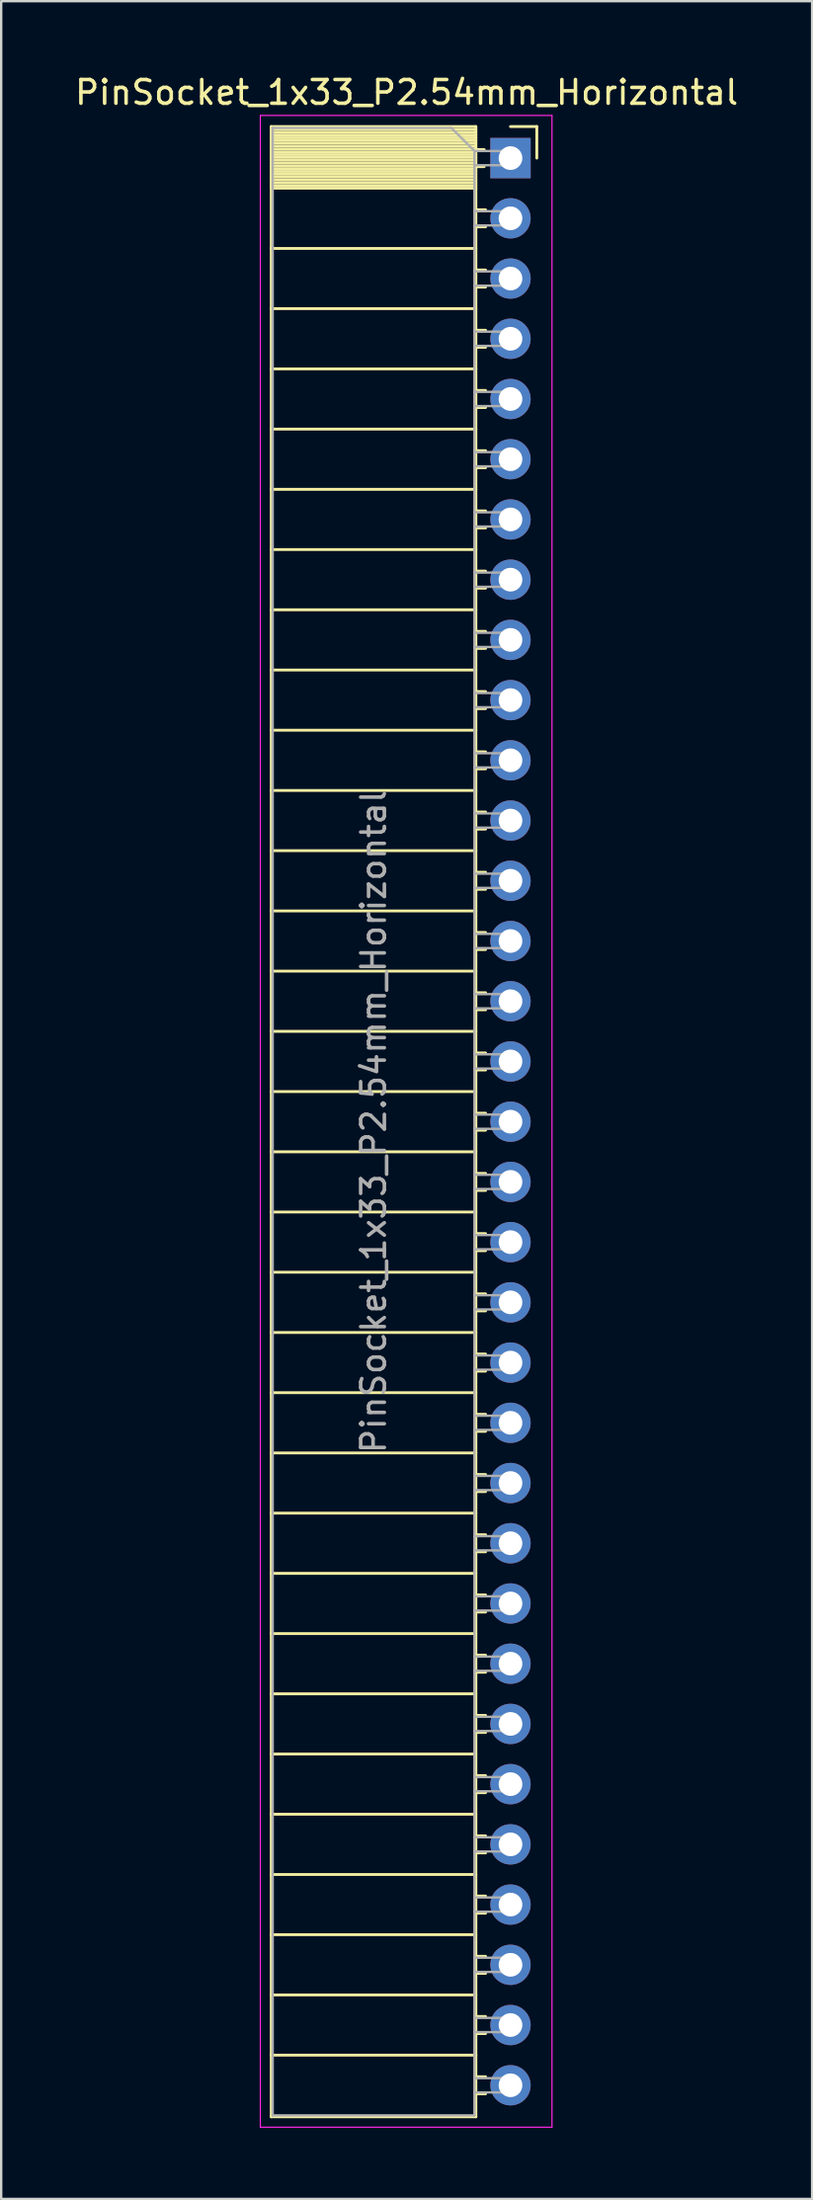
<source format=kicad_pcb>
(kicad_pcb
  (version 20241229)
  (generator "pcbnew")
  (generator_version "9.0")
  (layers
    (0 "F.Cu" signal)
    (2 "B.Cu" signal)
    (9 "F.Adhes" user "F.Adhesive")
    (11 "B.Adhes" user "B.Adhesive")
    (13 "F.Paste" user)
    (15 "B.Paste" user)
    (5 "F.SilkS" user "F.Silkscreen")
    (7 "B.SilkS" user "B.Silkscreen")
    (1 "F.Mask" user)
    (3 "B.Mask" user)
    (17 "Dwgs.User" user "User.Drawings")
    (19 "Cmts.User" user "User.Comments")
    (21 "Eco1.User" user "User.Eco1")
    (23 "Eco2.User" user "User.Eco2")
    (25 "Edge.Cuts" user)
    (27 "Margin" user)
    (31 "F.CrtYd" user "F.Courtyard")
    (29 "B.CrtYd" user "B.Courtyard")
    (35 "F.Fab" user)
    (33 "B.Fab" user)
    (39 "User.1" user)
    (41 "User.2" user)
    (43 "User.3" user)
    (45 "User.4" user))
  (footprint "PinSocket_1x33_P2.54mm_Horizontal"
    (layer "F.Cu")
    (at 18.481 3.618)
    (property "Reference" "PinSocket_1x33_P2.54mm_Horizontal" (at -4.38 -2.77 0) (layer "F.SilkS") (effects (font (size 1 1) (thickness 0.15))))
    (attr through_hole)
    (fp_line (start -10.09 -1.33) (end -10.09 82.61) (stroke (width 0.12) (type solid)) (layer "F.SilkS"))
    (fp_line (start -10.09 -1.33) (end -1.46 -1.33) (stroke (width 0.12) (type solid)) (layer "F.SilkS"))
    (fp_line (start -10.09 -1.21) (end -1.46 -1.21) (stroke (width 0.12) (type solid)) (layer "F.SilkS"))
    (fp_line (start -10.09 -1.092) (end -1.46 -1.092) (stroke (width 0.12) (type solid)) (layer "F.SilkS"))
    (fp_line (start -10.09 -0.974) (end -1.46 -0.974) (stroke (width 0.12) (type solid)) (layer "F.SilkS"))
    (fp_line (start -10.09 -0.856) (end -1.46 -0.856) (stroke (width 0.12) (type solid)) (layer "F.SilkS"))
    (fp_line (start -10.09 -0.738) (end -1.46 -0.738) (stroke (width 0.12) (type solid)) (layer "F.SilkS"))
    (fp_line (start -10.09 -0.62) (end -1.46 -0.62) (stroke (width 0.12) (type solid)) (layer "F.SilkS"))
    (fp_line (start -10.09 -0.501) (end -1.46 -0.501) (stroke (width 0.12) (type solid)) (layer "F.SilkS"))
    (fp_line (start -10.09 -0.383) (end -1.46 -0.383) (stroke (width 0.12) (type solid)) (layer "F.SilkS"))
    (fp_line (start -10.09 -0.265) (end -1.46 -0.265) (stroke (width 0.12) (type solid)) (layer "F.SilkS"))
    (fp_line (start -10.09 -0.147) (end -1.46 -0.147) (stroke (width 0.12) (type solid)) (layer "F.SilkS"))
    (fp_line (start -10.09 -0.029) (end -1.46 -0.029) (stroke (width 0.12) (type solid)) (layer "F.SilkS"))
    (fp_line (start -10.09 0.089) (end -1.46 0.089) (stroke (width 0.12) (type solid)) (layer "F.SilkS"))
    (fp_line (start -10.09 0.207) (end -1.46 0.207) (stroke (width 0.12) (type solid)) (layer "F.SilkS"))
    (fp_line (start -10.09 0.325) (end -1.46 0.325) (stroke (width 0.12) (type solid)) (layer "F.SilkS"))
    (fp_line (start -10.09 0.443) (end -1.46 0.443) (stroke (width 0.12) (type solid)) (layer "F.SilkS"))
    (fp_line (start -10.09 0.561) (end -1.46 0.561) (stroke (width 0.12) (type solid)) (layer "F.SilkS"))
    (fp_line (start -10.09 0.68) (end -1.46 0.68) (stroke (width 0.12) (type solid)) (layer "F.SilkS"))
    (fp_line (start -10.09 0.798) (end -1.46 0.798) (stroke (width 0.12) (type solid)) (layer "F.SilkS"))
    (fp_line (start -10.09 0.916) (end -1.46 0.916) (stroke (width 0.12) (type solid)) (layer "F.SilkS"))
    (fp_line (start -10.09 1.034) (end -1.46 1.034) (stroke (width 0.12) (type solid)) (layer "F.SilkS"))
    (fp_line (start -10.09 1.152) (end -1.46 1.152) (stroke (width 0.12) (type solid)) (layer "F.SilkS"))
    (fp_line (start -10.09 1.27) (end -1.46 1.27) (stroke (width 0.12) (type solid)) (layer "F.SilkS"))
    (fp_line (start -10.09 3.81) (end -1.46 3.81) (stroke (width 0.12) (type solid)) (layer "F.SilkS"))
    (fp_line (start -10.09 6.35) (end -1.46 6.35) (stroke (width 0.12) (type solid)) (layer "F.SilkS"))
    (fp_line (start -10.09 8.89) (end -1.46 8.89) (stroke (width 0.12) (type solid)) (layer "F.SilkS"))
    (fp_line (start -10.09 11.43) (end -1.46 11.43) (stroke (width 0.12) (type solid)) (layer "F.SilkS"))
    (fp_line (start -10.09 13.97) (end -1.46 13.97) (stroke (width 0.12) (type solid)) (layer "F.SilkS"))
    (fp_line (start -10.09 16.51) (end -1.46 16.51) (stroke (width 0.12) (type solid)) (layer "F.SilkS"))
    (fp_line (start -10.09 19.05) (end -1.46 19.05) (stroke (width 0.12) (type solid)) (layer "F.SilkS"))
    (fp_line (start -10.09 21.59) (end -1.46 21.59) (stroke (width 0.12) (type solid)) (layer "F.SilkS"))
    (fp_line (start -10.09 24.13) (end -1.46 24.13) (stroke (width 0.12) (type solid)) (layer "F.SilkS"))
    (fp_line (start -10.09 26.67) (end -1.46 26.67) (stroke (width 0.12) (type solid)) (layer "F.SilkS"))
    (fp_line (start -10.09 29.21) (end -1.46 29.21) (stroke (width 0.12) (type solid)) (layer "F.SilkS"))
    (fp_line (start -10.09 31.75) (end -1.46 31.75) (stroke (width 0.12) (type solid)) (layer "F.SilkS"))
    (fp_line (start -10.09 34.29) (end -1.46 34.29) (stroke (width 0.12) (type solid)) (layer "F.SilkS"))
    (fp_line (start -10.09 36.83) (end -1.46 36.83) (stroke (width 0.12) (type solid)) (layer "F.SilkS"))
    (fp_line (start -10.09 39.37) (end -1.46 39.37) (stroke (width 0.12) (type solid)) (layer "F.SilkS"))
    (fp_line (start -10.09 41.91) (end -1.46 41.91) (stroke (width 0.12) (type solid)) (layer "F.SilkS"))
    (fp_line (start -10.09 44.45) (end -1.46 44.45) (stroke (width 0.12) (type solid)) (layer "F.SilkS"))
    (fp_line (start -10.09 46.99) (end -1.46 46.99) (stroke (width 0.12) (type solid)) (layer "F.SilkS"))
    (fp_line (start -10.09 49.53) (end -1.46 49.53) (stroke (width 0.12) (type solid)) (layer "F.SilkS"))
    (fp_line (start -10.09 52.07) (end -1.46 52.07) (stroke (width 0.12) (type solid)) (layer "F.SilkS"))
    (fp_line (start -10.09 54.61) (end -1.46 54.61) (stroke (width 0.12) (type solid)) (layer "F.SilkS"))
    (fp_line (start -10.09 57.15) (end -1.46 57.15) (stroke (width 0.12) (type solid)) (layer "F.SilkS"))
    (fp_line (start -10.09 59.69) (end -1.46 59.69) (stroke (width 0.12) (type solid)) (layer "F.SilkS"))
    (fp_line (start -10.09 62.23) (end -1.46 62.23) (stroke (width 0.12) (type solid)) (layer "F.SilkS"))
    (fp_line (start -10.09 64.77) (end -1.46 64.77) (stroke (width 0.12) (type solid)) (layer "F.SilkS"))
    (fp_line (start -10.09 67.31) (end -1.46 67.31) (stroke (width 0.12) (type solid)) (layer "F.SilkS"))
    (fp_line (start -10.09 69.85) (end -1.46 69.85) (stroke (width 0.12) (type solid)) (layer "F.SilkS"))
    (fp_line (start -10.09 72.39) (end -1.46 72.39) (stroke (width 0.12) (type solid)) (layer "F.SilkS"))
    (fp_line (start -10.09 74.93) (end -1.46 74.93) (stroke (width 0.12) (type solid)) (layer "F.SilkS"))
    (fp_line (start -10.09 77.47) (end -1.46 77.47) (stroke (width 0.12) (type solid)) (layer "F.SilkS"))
    (fp_line (start -10.09 80.01) (end -1.46 80.01) (stroke (width 0.12) (type solid)) (layer "F.SilkS"))
    (fp_line (start -10.09 82.61) (end -1.46 82.61) (stroke (width 0.12) (type solid)) (layer "F.SilkS"))
    (fp_line (start -1.46 -1.33) (end -1.46 82.61) (stroke (width 0.12) (type solid)) (layer "F.SilkS"))
    (fp_line (start -1.46 -0.36) (end -1.11 -0.36) (stroke (width 0.12) (type solid)) (layer "F.SilkS"))
    (fp_line (start -1.46 0.36) (end -1.11 0.36) (stroke (width 0.12) (type solid)) (layer "F.SilkS"))
    (fp_line (start -1.46 2.18) (end -1.05 2.18) (stroke (width 0.12) (type solid)) (layer "F.SilkS"))
    (fp_line (start -1.46 2.9) (end -1.05 2.9) (stroke (width 0.12) (type solid)) (layer "F.SilkS"))
    (fp_line (start -1.46 4.72) (end -1.05 4.72) (stroke (width 0.12) (type solid)) (layer "F.SilkS"))
    (fp_line (start -1.46 5.44) (end -1.05 5.44) (stroke (width 0.12) (type solid)) (layer "F.SilkS"))
    (fp_line (start -1.46 7.26) (end -1.05 7.26) (stroke (width 0.12) (type solid)) (layer "F.SilkS"))
    (fp_line (start -1.46 7.98) (end -1.05 7.98) (stroke (width 0.12) (type solid)) (layer "F.SilkS"))
    (fp_line (start -1.46 9.8) (end -1.05 9.8) (stroke (width 0.12) (type solid)) (layer "F.SilkS"))
    (fp_line (start -1.46 10.52) (end -1.05 10.52) (stroke (width 0.12) (type solid)) (layer "F.SilkS"))
    (fp_line (start -1.46 12.34) (end -1.05 12.34) (stroke (width 0.12) (type solid)) (layer "F.SilkS"))
    (fp_line (start -1.46 13.06) (end -1.05 13.06) (stroke (width 0.12) (type solid)) (layer "F.SilkS"))
    (fp_line (start -1.46 14.88) (end -1.05 14.88) (stroke (width 0.12) (type solid)) (layer "F.SilkS"))
    (fp_line (start -1.46 15.6) (end -1.05 15.6) (stroke (width 0.12) (type solid)) (layer "F.SilkS"))
    (fp_line (start -1.46 17.42) (end -1.05 17.42) (stroke (width 0.12) (type solid)) (layer "F.SilkS"))
    (fp_line (start -1.46 18.14) (end -1.05 18.14) (stroke (width 0.12) (type solid)) (layer "F.SilkS"))
    (fp_line (start -1.46 19.96) (end -1.05 19.96) (stroke (width 0.12) (type solid)) (layer "F.SilkS"))
    (fp_line (start -1.46 20.68) (end -1.05 20.68) (stroke (width 0.12) (type solid)) (layer "F.SilkS"))
    (fp_line (start -1.46 22.5) (end -1.05 22.5) (stroke (width 0.12) (type solid)) (layer "F.SilkS"))
    (fp_line (start -1.46 23.22) (end -1.05 23.22) (stroke (width 0.12) (type solid)) (layer "F.SilkS"))
    (fp_line (start -1.46 25.04) (end -1.05 25.04) (stroke (width 0.12) (type solid)) (layer "F.SilkS"))
    (fp_line (start -1.46 25.76) (end -1.05 25.76) (stroke (width 0.12) (type solid)) (layer "F.SilkS"))
    (fp_line (start -1.46 27.58) (end -1.05 27.58) (stroke (width 0.12) (type solid)) (layer "F.SilkS"))
    (fp_line (start -1.46 28.3) (end -1.05 28.3) (stroke (width 0.12) (type solid)) (layer "F.SilkS"))
    (fp_line (start -1.46 30.12) (end -1.05 30.12) (stroke (width 0.12) (type solid)) (layer "F.SilkS"))
    (fp_line (start -1.46 30.84) (end -1.05 30.84) (stroke (width 0.12) (type solid)) (layer "F.SilkS"))
    (fp_line (start -1.46 32.66) (end -1.05 32.66) (stroke (width 0.12) (type solid)) (layer "F.SilkS"))
    (fp_line (start -1.46 33.38) (end -1.05 33.38) (stroke (width 0.12) (type solid)) (layer "F.SilkS"))
    (fp_line (start -1.46 35.2) (end -1.05 35.2) (stroke (width 0.12) (type solid)) (layer "F.SilkS"))
    (fp_line (start -1.46 35.92) (end -1.05 35.92) (stroke (width 0.12) (type solid)) (layer "F.SilkS"))
    (fp_line (start -1.46 37.74) (end -1.05 37.74) (stroke (width 0.12) (type solid)) (layer "F.SilkS"))
    (fp_line (start -1.46 38.46) (end -1.05 38.46) (stroke (width 0.12) (type solid)) (layer "F.SilkS"))
    (fp_line (start -1.46 40.28) (end -1.05 40.28) (stroke (width 0.12) (type solid)) (layer "F.SilkS"))
    (fp_line (start -1.46 41) (end -1.05 41) (stroke (width 0.12) (type solid)) (layer "F.SilkS"))
    (fp_line (start -1.46 42.82) (end -1.05 42.82) (stroke (width 0.12) (type solid)) (layer "F.SilkS"))
    (fp_line (start -1.46 43.54) (end -1.05 43.54) (stroke (width 0.12) (type solid)) (layer "F.SilkS"))
    (fp_line (start -1.46 45.36) (end -1.05 45.36) (stroke (width 0.12) (type solid)) (layer "F.SilkS"))
    (fp_line (start -1.46 46.08) (end -1.05 46.08) (stroke (width 0.12) (type solid)) (layer "F.SilkS"))
    (fp_line (start -1.46 47.9) (end -1.05 47.9) (stroke (width 0.12) (type solid)) (layer "F.SilkS"))
    (fp_line (start -1.46 48.62) (end -1.05 48.62) (stroke (width 0.12) (type solid)) (layer "F.SilkS"))
    (fp_line (start -1.46 50.44) (end -1.05 50.44) (stroke (width 0.12) (type solid)) (layer "F.SilkS"))
    (fp_line (start -1.46 51.16) (end -1.05 51.16) (stroke (width 0.12) (type solid)) (layer "F.SilkS"))
    (fp_line (start -1.46 52.98) (end -1.05 52.98) (stroke (width 0.12) (type solid)) (layer "F.SilkS"))
    (fp_line (start -1.46 53.7) (end -1.05 53.7) (stroke (width 0.12) (type solid)) (layer "F.SilkS"))
    (fp_line (start -1.46 55.52) (end -1.05 55.52) (stroke (width 0.12) (type solid)) (layer "F.SilkS"))
    (fp_line (start -1.46 56.24) (end -1.05 56.24) (stroke (width 0.12) (type solid)) (layer "F.SilkS"))
    (fp_line (start -1.46 58.06) (end -1.05 58.06) (stroke (width 0.12) (type solid)) (layer "F.SilkS"))
    (fp_line (start -1.46 58.78) (end -1.05 58.78) (stroke (width 0.12) (type solid)) (layer "F.SilkS"))
    (fp_line (start -1.46 60.6) (end -1.05 60.6) (stroke (width 0.12) (type solid)) (layer "F.SilkS"))
    (fp_line (start -1.46 61.32) (end -1.05 61.32) (stroke (width 0.12) (type solid)) (layer "F.SilkS"))
    (fp_line (start -1.46 63.14) (end -1.05 63.14) (stroke (width 0.12) (type solid)) (layer "F.SilkS"))
    (fp_line (start -1.46 63.86) (end -1.05 63.86) (stroke (width 0.12) (type solid)) (layer "F.SilkS"))
    (fp_line (start -1.46 65.68) (end -1.05 65.68) (stroke (width 0.12) (type solid)) (layer "F.SilkS"))
    (fp_line (start -1.46 66.4) (end -1.05 66.4) (stroke (width 0.12) (type solid)) (layer "F.SilkS"))
    (fp_line (start -1.46 68.22) (end -1.05 68.22) (stroke (width 0.12) (type solid)) (layer "F.SilkS"))
    (fp_line (start -1.46 68.94) (end -1.05 68.94) (stroke (width 0.12) (type solid)) (layer "F.SilkS"))
    (fp_line (start -1.46 70.76) (end -1.05 70.76) (stroke (width 0.12) (type solid)) (layer "F.SilkS"))
    (fp_line (start -1.46 71.48) (end -1.05 71.48) (stroke (width 0.12) (type solid)) (layer "F.SilkS"))
    (fp_line (start -1.46 73.3) (end -1.05 73.3) (stroke (width 0.12) (type solid)) (layer "F.SilkS"))
    (fp_line (start -1.46 74.02) (end -1.05 74.02) (stroke (width 0.12) (type solid)) (layer "F.SilkS"))
    (fp_line (start -1.46 75.84) (end -1.05 75.84) (stroke (width 0.12) (type solid)) (layer "F.SilkS"))
    (fp_line (start -1.46 76.56) (end -1.05 76.56) (stroke (width 0.12) (type solid)) (layer "F.SilkS"))
    (fp_line (start -1.46 78.38) (end -1.05 78.38) (stroke (width 0.12) (type solid)) (layer "F.SilkS"))
    (fp_line (start -1.46 79.1) (end -1.05 79.1) (stroke (width 0.12) (type solid)) (layer "F.SilkS"))
    (fp_line (start -1.46 80.92) (end -1.05 80.92) (stroke (width 0.12) (type solid)) (layer "F.SilkS"))
    (fp_line (start -1.46 81.64) (end -1.05 81.64) (stroke (width 0.12) (type solid)) (layer "F.SilkS"))
    (fp_line (start 0 -1.33) (end 1.11 -1.33) (stroke (width 0.12) (type solid)) (layer "F.SilkS"))
    (fp_line (start 1.11 -1.33) (end 1.11 0) (stroke (width 0.12) (type solid)) (layer "F.SilkS"))
    (fp_line (start -10.55 -1.8) (end -10.55 83.05) (stroke (width 0.05) (type solid)) (layer "F.CrtYd"))
    (fp_line (start -10.55 83.05) (end 1.75 83.05) (stroke (width 0.05) (type solid)) (layer "F.CrtYd"))
    (fp_line (start 1.75 -1.8) (end -10.55 -1.8) (stroke (width 0.05) (type solid)) (layer "F.CrtYd"))
    (fp_line (start 1.75 83.05) (end 1.75 -1.8) (stroke (width 0.05) (type solid)) (layer "F.CrtYd"))
    (fp_line (start -10.03 -1.27) (end -2.49 -1.27) (stroke (width 0.1) (type solid)) (layer "F.Fab"))
    (fp_line (start -10.03 82.55) (end -10.03 -1.27) (stroke (width 0.1) (type solid)) (layer "F.Fab"))
    (fp_line (start -2.49 -1.27) (end -1.52 -0.3) (stroke (width 0.1) (type solid)) (layer "F.Fab"))
    (fp_line (start -1.52 -0.3) (end -1.52 82.55) (stroke (width 0.1) (type solid)) (layer "F.Fab"))
    (fp_line (start -1.52 0.3) (end 0 0.3) (stroke (width 0.1) (type solid)) (layer "F.Fab"))
    (fp_line (start -1.52 2.84) (end 0 2.84) (stroke (width 0.1) (type solid)) (layer "F.Fab"))
    (fp_line (start -1.52 5.38) (end 0 5.38) (stroke (width 0.1) (type solid)) (layer "F.Fab"))
    (fp_line (start -1.52 7.92) (end 0 7.92) (stroke (width 0.1) (type solid)) (layer "F.Fab"))
    (fp_line (start -1.52 10.46) (end 0 10.46) (stroke (width 0.1) (type solid)) (layer "F.Fab"))
    (fp_line (start -1.52 13) (end 0 13) (stroke (width 0.1) (type solid)) (layer "F.Fab"))
    (fp_line (start -1.52 15.54) (end 0 15.54) (stroke (width 0.1) (type solid)) (layer "F.Fab"))
    (fp_line (start -1.52 18.08) (end 0 18.08) (stroke (width 0.1) (type solid)) (layer "F.Fab"))
    (fp_line (start -1.52 20.62) (end 0 20.62) (stroke (width 0.1) (type solid)) (layer "F.Fab"))
    (fp_line (start -1.52 23.16) (end 0 23.16) (stroke (width 0.1) (type solid)) (layer "F.Fab"))
    (fp_line (start -1.52 25.7) (end 0 25.7) (stroke (width 0.1) (type solid)) (layer "F.Fab"))
    (fp_line (start -1.52 28.24) (end 0 28.24) (stroke (width 0.1) (type solid)) (layer "F.Fab"))
    (fp_line (start -1.52 30.78) (end 0 30.78) (stroke (width 0.1) (type solid)) (layer "F.Fab"))
    (fp_line (start -1.52 33.32) (end 0 33.32) (stroke (width 0.1) (type solid)) (layer "F.Fab"))
    (fp_line (start -1.52 35.86) (end 0 35.86) (stroke (width 0.1) (type solid)) (layer "F.Fab"))
    (fp_line (start -1.52 38.4) (end 0 38.4) (stroke (width 0.1) (type solid)) (layer "F.Fab"))
    (fp_line (start -1.52 40.94) (end 0 40.94) (stroke (width 0.1) (type solid)) (layer "F.Fab"))
    (fp_line (start -1.52 43.48) (end 0 43.48) (stroke (width 0.1) (type solid)) (layer "F.Fab"))
    (fp_line (start -1.52 46.02) (end 0 46.02) (stroke (width 0.1) (type solid)) (layer "F.Fab"))
    (fp_line (start -1.52 48.56) (end 0 48.56) (stroke (width 0.1) (type solid)) (layer "F.Fab"))
    (fp_line (start -1.52 51.1) (end 0 51.1) (stroke (width 0.1) (type solid)) (layer "F.Fab"))
    (fp_line (start -1.52 53.64) (end 0 53.64) (stroke (width 0.1) (type solid)) (layer "F.Fab"))
    (fp_line (start -1.52 56.18) (end 0 56.18) (stroke (width 0.1) (type solid)) (layer "F.Fab"))
    (fp_line (start -1.52 58.72) (end 0 58.72) (stroke (width 0.1) (type solid)) (layer "F.Fab"))
    (fp_line (start -1.52 61.26) (end 0 61.26) (stroke (width 0.1) (type solid)) (layer "F.Fab"))
    (fp_line (start -1.52 63.8) (end 0 63.8) (stroke (width 0.1) (type solid)) (layer "F.Fab"))
    (fp_line (start -1.52 66.34) (end 0 66.34) (stroke (width 0.1) (type solid)) (layer "F.Fab"))
    (fp_line (start -1.52 68.88) (end 0 68.88) (stroke (width 0.1) (type solid)) (layer "F.Fab"))
    (fp_line (start -1.52 71.42) (end 0 71.42) (stroke (width 0.1) (type solid)) (layer "F.Fab"))
    (fp_line (start -1.52 73.96) (end 0 73.96) (stroke (width 0.1) (type solid)) (layer "F.Fab"))
    (fp_line (start -1.52 76.5) (end 0 76.5) (stroke (width 0.1) (type solid)) (layer "F.Fab"))
    (fp_line (start -1.52 79.04) (end 0 79.04) (stroke (width 0.1) (type solid)) (layer "F.Fab"))
    (fp_line (start -1.52 81.58) (end 0 81.58) (stroke (width 0.1) (type solid)) (layer "F.Fab"))
    (fp_line (start -1.52 82.55) (end -10.03 82.55) (stroke (width 0.1) (type solid)) (layer "F.Fab"))
    (fp_line (start 0 -0.3) (end -1.52 -0.3) (stroke (width 0.1) (type solid)) (layer "F.Fab"))
    (fp_line (start 0 0.3) (end 0 -0.3) (stroke (width 0.1) (type solid)) (layer "F.Fab"))
    (fp_line (start 0 2.24) (end -1.52 2.24) (stroke (width 0.1) (type solid)) (layer "F.Fab"))
    (fp_line (start 0 2.84) (end 0 2.24) (stroke (width 0.1) (type solid)) (layer "F.Fab"))
    (fp_line (start 0 4.78) (end -1.52 4.78) (stroke (width 0.1) (type solid)) (layer "F.Fab"))
    (fp_line (start 0 5.38) (end 0 4.78) (stroke (width 0.1) (type solid)) (layer "F.Fab"))
    (fp_line (start 0 7.32) (end -1.52 7.32) (stroke (width 0.1) (type solid)) (layer "F.Fab"))
    (fp_line (start 0 7.92) (end 0 7.32) (stroke (width 0.1) (type solid)) (layer "F.Fab"))
    (fp_line (start 0 9.86) (end -1.52 9.86) (stroke (width 0.1) (type solid)) (layer "F.Fab"))
    (fp_line (start 0 10.46) (end 0 9.86) (stroke (width 0.1) (type solid)) (layer "F.Fab"))
    (fp_line (start 0 12.4) (end -1.52 12.4) (stroke (width 0.1) (type solid)) (layer "F.Fab"))
    (fp_line (start 0 13) (end 0 12.4) (stroke (width 0.1) (type solid)) (layer "F.Fab"))
    (fp_line (start 0 14.94) (end -1.52 14.94) (stroke (width 0.1) (type solid)) (layer "F.Fab"))
    (fp_line (start 0 15.54) (end 0 14.94) (stroke (width 0.1) (type solid)) (layer "F.Fab"))
    (fp_line (start 0 17.48) (end -1.52 17.48) (stroke (width 0.1) (type solid)) (layer "F.Fab"))
    (fp_line (start 0 18.08) (end 0 17.48) (stroke (width 0.1) (type solid)) (layer "F.Fab"))
    (fp_line (start 0 20.02) (end -1.52 20.02) (stroke (width 0.1) (type solid)) (layer "F.Fab"))
    (fp_line (start 0 20.62) (end 0 20.02) (stroke (width 0.1) (type solid)) (layer "F.Fab"))
    (fp_line (start 0 22.56) (end -1.52 22.56) (stroke (width 0.1) (type solid)) (layer "F.Fab"))
    (fp_line (start 0 23.16) (end 0 22.56) (stroke (width 0.1) (type solid)) (layer "F.Fab"))
    (fp_line (start 0 25.1) (end -1.52 25.1) (stroke (width 0.1) (type solid)) (layer "F.Fab"))
    (fp_line (start 0 25.7) (end 0 25.1) (stroke (width 0.1) (type solid)) (layer "F.Fab"))
    (fp_line (start 0 27.64) (end -1.52 27.64) (stroke (width 0.1) (type solid)) (layer "F.Fab"))
    (fp_line (start 0 28.24) (end 0 27.64) (stroke (width 0.1) (type solid)) (layer "F.Fab"))
    (fp_line (start 0 30.18) (end -1.52 30.18) (stroke (width 0.1) (type solid)) (layer "F.Fab"))
    (fp_line (start 0 30.78) (end 0 30.18) (stroke (width 0.1) (type solid)) (layer "F.Fab"))
    (fp_line (start 0 32.72) (end -1.52 32.72) (stroke (width 0.1) (type solid)) (layer "F.Fab"))
    (fp_line (start 0 33.32) (end 0 32.72) (stroke (width 0.1) (type solid)) (layer "F.Fab"))
    (fp_line (start 0 35.26) (end -1.52 35.26) (stroke (width 0.1) (type solid)) (layer "F.Fab"))
    (fp_line (start 0 35.86) (end 0 35.26) (stroke (width 0.1) (type solid)) (layer "F.Fab"))
    (fp_line (start 0 37.8) (end -1.52 37.8) (stroke (width 0.1) (type solid)) (layer "F.Fab"))
    (fp_line (start 0 38.4) (end 0 37.8) (stroke (width 0.1) (type solid)) (layer "F.Fab"))
    (fp_line (start 0 40.34) (end -1.52 40.34) (stroke (width 0.1) (type solid)) (layer "F.Fab"))
    (fp_line (start 0 40.94) (end 0 40.34) (stroke (width 0.1) (type solid)) (layer "F.Fab"))
    (fp_line (start 0 42.88) (end -1.52 42.88) (stroke (width 0.1) (type solid)) (layer "F.Fab"))
    (fp_line (start 0 43.48) (end 0 42.88) (stroke (width 0.1) (type solid)) (layer "F.Fab"))
    (fp_line (start 0 45.42) (end -1.52 45.42) (stroke (width 0.1) (type solid)) (layer "F.Fab"))
    (fp_line (start 0 46.02) (end 0 45.42) (stroke (width 0.1) (type solid)) (layer "F.Fab"))
    (fp_line (start 0 47.96) (end -1.52 47.96) (stroke (width 0.1) (type solid)) (layer "F.Fab"))
    (fp_line (start 0 48.56) (end 0 47.96) (stroke (width 0.1) (type solid)) (layer "F.Fab"))
    (fp_line (start 0 50.5) (end -1.52 50.5) (stroke (width 0.1) (type solid)) (layer "F.Fab"))
    (fp_line (start 0 51.1) (end 0 50.5) (stroke (width 0.1) (type solid)) (layer "F.Fab"))
    (fp_line (start 0 53.04) (end -1.52 53.04) (stroke (width 0.1) (type solid)) (layer "F.Fab"))
    (fp_line (start 0 53.64) (end 0 53.04) (stroke (width 0.1) (type solid)) (layer "F.Fab"))
    (fp_line (start 0 55.58) (end -1.52 55.58) (stroke (width 0.1) (type solid)) (layer "F.Fab"))
    (fp_line (start 0 56.18) (end 0 55.58) (stroke (width 0.1) (type solid)) (layer "F.Fab"))
    (fp_line (start 0 58.12) (end -1.52 58.12) (stroke (width 0.1) (type solid)) (layer "F.Fab"))
    (fp_line (start 0 58.72) (end 0 58.12) (stroke (width 0.1) (type solid)) (layer "F.Fab"))
    (fp_line (start 0 60.66) (end -1.52 60.66) (stroke (width 0.1) (type solid)) (layer "F.Fab"))
    (fp_line (start 0 61.26) (end 0 60.66) (stroke (width 0.1) (type solid)) (layer "F.Fab"))
    (fp_line (start 0 63.2) (end -1.52 63.2) (stroke (width 0.1) (type solid)) (layer "F.Fab"))
    (fp_line (start 0 63.8) (end 0 63.2) (stroke (width 0.1) (type solid)) (layer "F.Fab"))
    (fp_line (start 0 65.74) (end -1.52 65.74) (stroke (width 0.1) (type solid)) (layer "F.Fab"))
    (fp_line (start 0 66.34) (end 0 65.74) (stroke (width 0.1) (type solid)) (layer "F.Fab"))
    (fp_line (start 0 68.28) (end -1.52 68.28) (stroke (width 0.1) (type solid)) (layer "F.Fab"))
    (fp_line (start 0 68.88) (end 0 68.28) (stroke (width 0.1) (type solid)) (layer "F.Fab"))
    (fp_line (start 0 70.82) (end -1.52 70.82) (stroke (width 0.1) (type solid)) (layer "F.Fab"))
    (fp_line (start 0 71.42) (end 0 70.82) (stroke (width 0.1) (type solid)) (layer "F.Fab"))
    (fp_line (start 0 73.36) (end -1.52 73.36) (stroke (width 0.1) (type solid)) (layer "F.Fab"))
    (fp_line (start 0 73.96) (end 0 73.36) (stroke (width 0.1) (type solid)) (layer "F.Fab"))
    (fp_line (start 0 75.9) (end -1.52 75.9) (stroke (width 0.1) (type solid)) (layer "F.Fab"))
    (fp_line (start 0 76.5) (end 0 75.9) (stroke (width 0.1) (type solid)) (layer "F.Fab"))
    (fp_line (start 0 78.44) (end -1.52 78.44) (stroke (width 0.1) (type solid)) (layer "F.Fab"))
    (fp_line (start 0 79.04) (end 0 78.44) (stroke (width 0.1) (type solid)) (layer "F.Fab"))
    (fp_line (start 0 80.98) (end -1.52 80.98) (stroke (width 0.1) (type solid)) (layer "F.Fab"))
    (fp_line (start 0 81.58) (end 0 80.98) (stroke (width 0.1) (type solid)) (layer "F.Fab"))
    (fp_text user "${REFERENCE}" (at -5.775 40.64 90) (layer "F.Fab") (effects (font (size 1 1) (thickness 0.15))))
    (pad "1" thru_hole rect (at 0 0) (size 1.7 1.7) (drill 1) (layers "*.Cu" "*.Mask"))
    (pad "2" thru_hole oval (at 0 2.54) (size 1.7 1.7) (drill 1) (layers "*.Cu" "*.Mask"))
    (pad "3" thru_hole oval (at 0 5.08) (size 1.7 1.7) (drill 1) (layers "*.Cu" "*.Mask"))
    (pad "4" thru_hole oval (at 0 7.62) (size 1.7 1.7) (drill 1) (layers "*.Cu" "*.Mask"))
    (pad "5" thru_hole oval (at 0 10.16) (size 1.7 1.7) (drill 1) (layers "*.Cu" "*.Mask"))
    (pad "6" thru_hole oval (at 0 12.7) (size 1.7 1.7) (drill 1) (layers "*.Cu" "*.Mask"))
    (pad "7" thru_hole oval (at 0 15.24) (size 1.7 1.7) (drill 1) (layers "*.Cu" "*.Mask"))
    (pad "8" thru_hole oval (at 0 17.78) (size 1.7 1.7) (drill 1) (layers "*.Cu" "*.Mask"))
    (pad "9" thru_hole oval (at 0 20.32) (size 1.7 1.7) (drill 1) (layers "*.Cu" "*.Mask"))
    (pad "10" thru_hole oval (at 0 22.86) (size 1.7 1.7) (drill 1) (layers "*.Cu" "*.Mask"))
    (pad "11" thru_hole oval (at 0 25.4) (size 1.7 1.7) (drill 1) (layers "*.Cu" "*.Mask"))
    (pad "12" thru_hole oval (at 0 27.94) (size 1.7 1.7) (drill 1) (layers "*.Cu" "*.Mask"))
    (pad "13" thru_hole oval (at 0 30.48) (size 1.7 1.7) (drill 1) (layers "*.Cu" "*.Mask"))
    (pad "14" thru_hole oval (at 0 33.02) (size 1.7 1.7) (drill 1) (layers "*.Cu" "*.Mask"))
    (pad "15" thru_hole oval (at 0 35.56) (size 1.7 1.7) (drill 1) (layers "*.Cu" "*.Mask"))
    (pad "16" thru_hole oval (at 0 38.1) (size 1.7 1.7) (drill 1) (layers "*.Cu" "*.Mask"))
    (pad "17" thru_hole oval (at 0 40.64) (size 1.7 1.7) (drill 1) (layers "*.Cu" "*.Mask"))
    (pad "18" thru_hole oval (at 0 43.18) (size 1.7 1.7) (drill 1) (layers "*.Cu" "*.Mask"))
    (pad "19" thru_hole oval (at 0 45.72) (size 1.7 1.7) (drill 1) (layers "*.Cu" "*.Mask"))
    (pad "20" thru_hole oval (at 0 48.26) (size 1.7 1.7) (drill 1) (layers "*.Cu" "*.Mask"))
    (pad "21" thru_hole oval (at 0 50.8) (size 1.7 1.7) (drill 1) (layers "*.Cu" "*.Mask"))
    (pad "22" thru_hole oval (at 0 53.34) (size 1.7 1.7) (drill 1) (layers "*.Cu" "*.Mask"))
    (pad "23" thru_hole oval (at 0 55.88) (size 1.7 1.7) (drill 1) (layers "*.Cu" "*.Mask"))
    (pad "24" thru_hole oval (at 0 58.42) (size 1.7 1.7) (drill 1) (layers "*.Cu" "*.Mask"))
    (pad "25" thru_hole oval (at 0 60.96) (size 1.7 1.7) (drill 1) (layers "*.Cu" "*.Mask"))
    (pad "26" thru_hole oval (at 0 63.5) (size 1.7 1.7) (drill 1) (layers "*.Cu" "*.Mask"))
    (pad "27" thru_hole oval (at 0 66.04) (size 1.7 1.7) (drill 1) (layers "*.Cu" "*.Mask"))
    (pad "28" thru_hole oval (at 0 68.58) (size 1.7 1.7) (drill 1) (layers "*.Cu" "*.Mask"))
    (pad "29" thru_hole oval (at 0 71.12) (size 1.7 1.7) (drill 1) (layers "*.Cu" "*.Mask"))
    (pad "30" thru_hole oval (at 0 73.66) (size 1.7 1.7) (drill 1) (layers "*.Cu" "*.Mask"))
    (pad "31" thru_hole oval (at 0 76.2) (size 1.7 1.7) (drill 1) (layers "*.Cu" "*.Mask"))
    (pad "32" thru_hole oval (at 0 78.74) (size 1.7 1.7) (drill 1) (layers "*.Cu" "*.Mask"))
    (pad "33" thru_hole oval (at 0 81.28) (size 1.7 1.7) (drill 1) (layers "*.Cu" "*.Mask")))
  (gr_rect
    (start -3 -3)
    (end 31.202 89.693)
    (stroke (width 0.1) (type default))
    (fill no)
    (layer "Edge.Cuts")))
</source>
